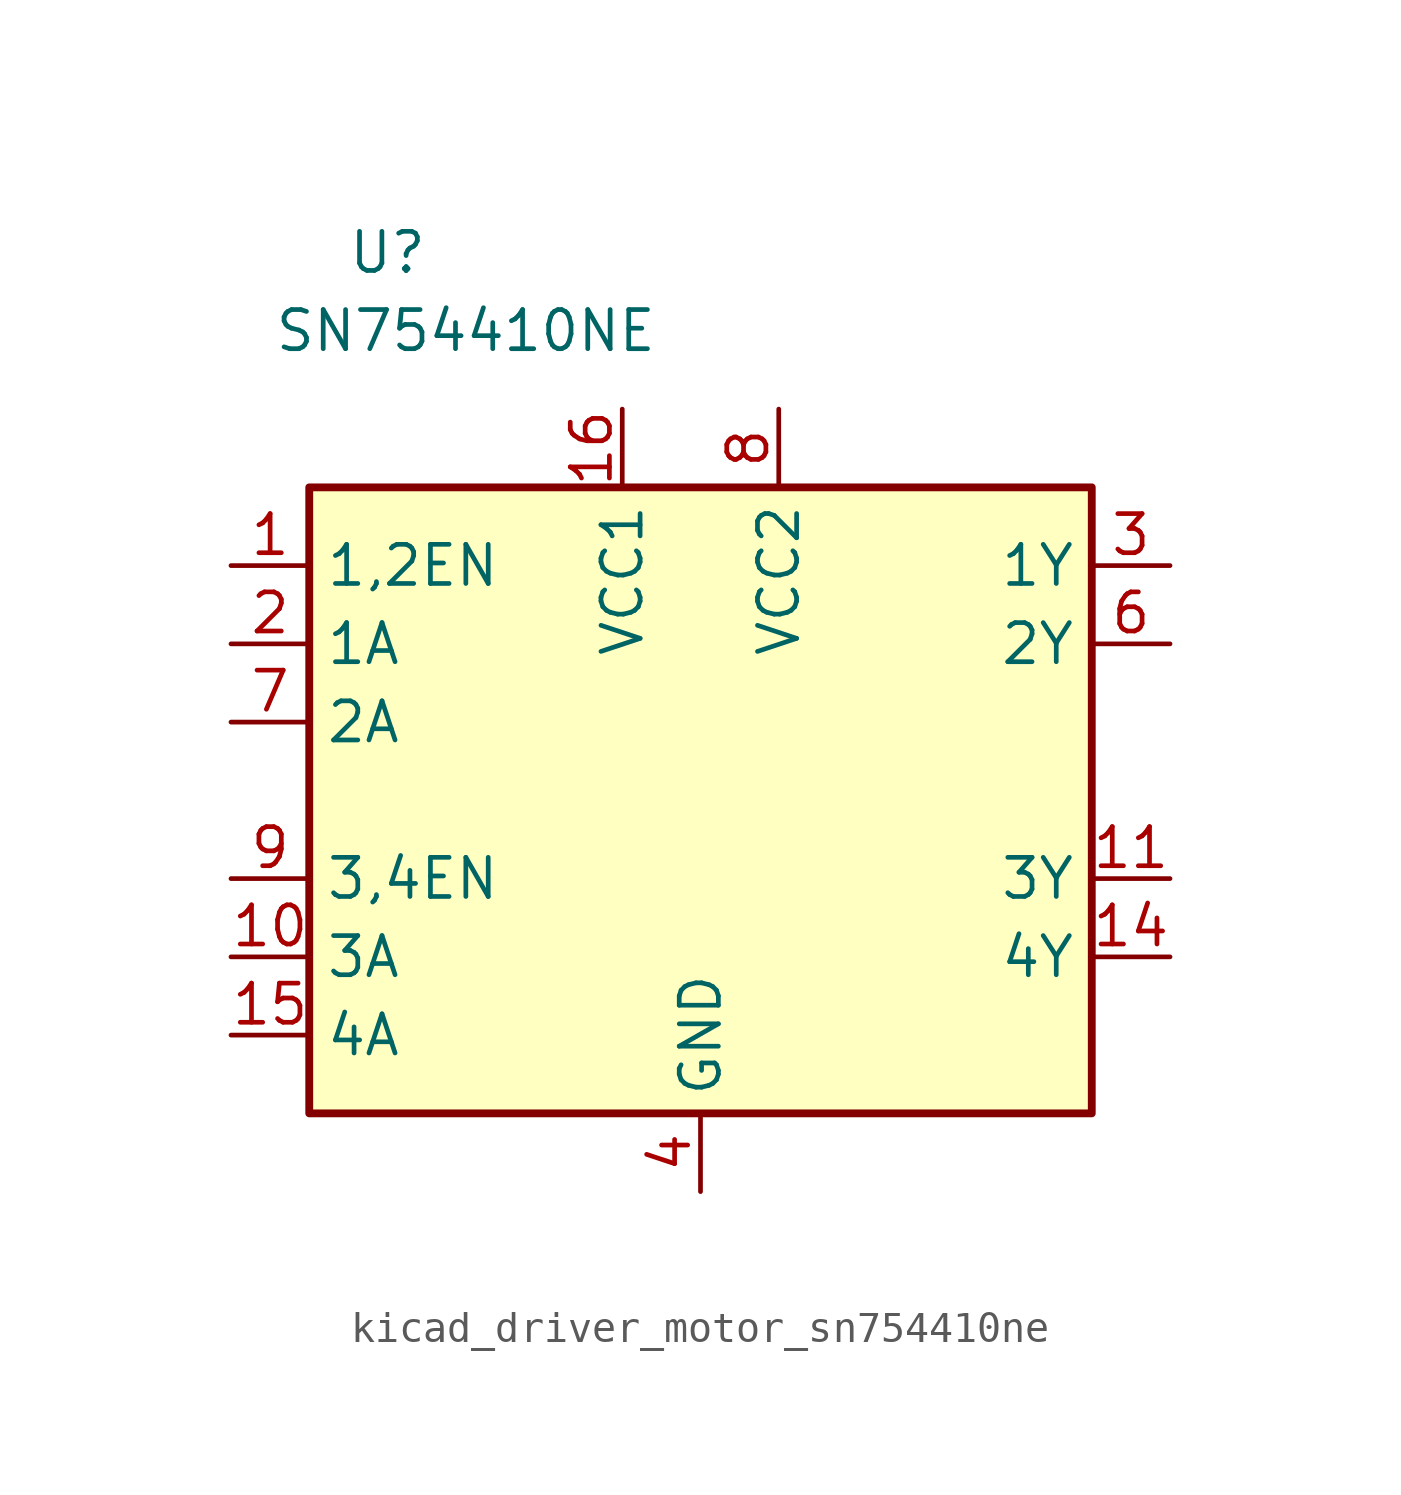
<source format=kicad_sym>
(kicad_symbol_lib
  (version 20220914)
  (generator kicad_symbol_editor)
  (symbol "kicad_driver_motor_sn754410ne"
    (property "Reference" "U"
      (at -10.16 17.78 0)
      (effects (font (size 1.27 1.27))))
    (property "Value" "SN754410NE"
      (at -7.62 15.24 0)
      (effects (font (size 1.27 1.27))))
    (symbol "kicad_driver_motor_sn754410ne_0_1"
      (rectangle (start -12.7 10.16) (end 12.7 -10.16) (stroke (width 0.254) (type default)) (fill (type background))))
    (symbol "kicad_driver_motor_sn754410ne_1_1"
      (pin input line (at -15.24 7.62 0) (length 2.54) (name "1,2EN" (effects (font (size 1.27 1.27)))) (number "1" (effects (font (size 1.27 1.27)))))
      (pin input line (at -15.24 -5.08 0) (length 2.54) (name "3A" (effects (font (size 1.27 1.27)))) (number "10" (effects (font (size 1.27 1.27)))))
      (pin output line (at 15.24 -2.54 180) (length 2.54) (name "3Y" (effects (font (size 1.27 1.27)))) (number "11" (effects (font (size 1.27 1.27)))))
      (pin passive line (at 0 -12.7 90) (length 2.54) hide (name "GND" (effects (font (size 1.27 1.27)))) (number "12" (effects (font (size 1.27 1.27)))))
      (pin passive line (at 0 -12.7 90) (length 2.54) hide (name "GND" (effects (font (size 1.27 1.27)))) (number "13" (effects (font (size 1.27 1.27)))))
      (pin output line (at 15.24 -5.08 180) (length 2.54) (name "4Y" (effects (font (size 1.27 1.27)))) (number "14" (effects (font (size 1.27 1.27)))))
      (pin input line (at -15.24 -7.62 0) (length 2.54) (name "4A" (effects (font (size 1.27 1.27)))) (number "15" (effects (font (size 1.27 1.27)))))
      (pin power_in line (at -2.54 12.7 270) (length 2.54) (name "VCC1" (effects (font (size 1.27 1.27)))) (number "16" (effects (font (size 1.27 1.27)))))
      (pin input line (at -15.24 5.08 0) (length 2.54) (name "1A" (effects (font (size 1.27 1.27)))) (number "2" (effects (font (size 1.27 1.27)))))
      (pin output line (at 15.24 7.62 180) (length 2.54) (name "1Y" (effects (font (size 1.27 1.27)))) (number "3" (effects (font (size 1.27 1.27)))))
      (pin power_in line (at 0 -12.7 90) (length 2.54) (name "GND" (effects (font (size 1.27 1.27)))) (number "4" (effects (font (size 1.27 1.27)))))
      (pin passive line (at 0 -12.7 90) (length 2.54) hide (name "GND" (effects (font (size 1.27 1.27)))) (number "5" (effects (font (size 1.27 1.27)))))
      (pin output line (at 15.24 5.08 180) (length 2.54) (name "2Y" (effects (font (size 1.27 1.27)))) (number "6" (effects (font (size 1.27 1.27)))))
      (pin input line (at -15.24 2.54 0) (length 2.54) (name "2A" (effects (font (size 1.27 1.27)))) (number "7" (effects (font (size 1.27 1.27)))))
      (pin power_in line (at 2.54 12.7 270) (length 2.54) (name "VCC2" (effects (font (size 1.27 1.27)))) (number "8" (effects (font (size 1.27 1.27)))))
      (pin input line (at -15.24 -2.54 0) (length 2.54) (name "3,4EN" (effects (font (size 1.27 1.27)))) (number "9" (effects (font (size 1.27 1.27))))))))
</source>
